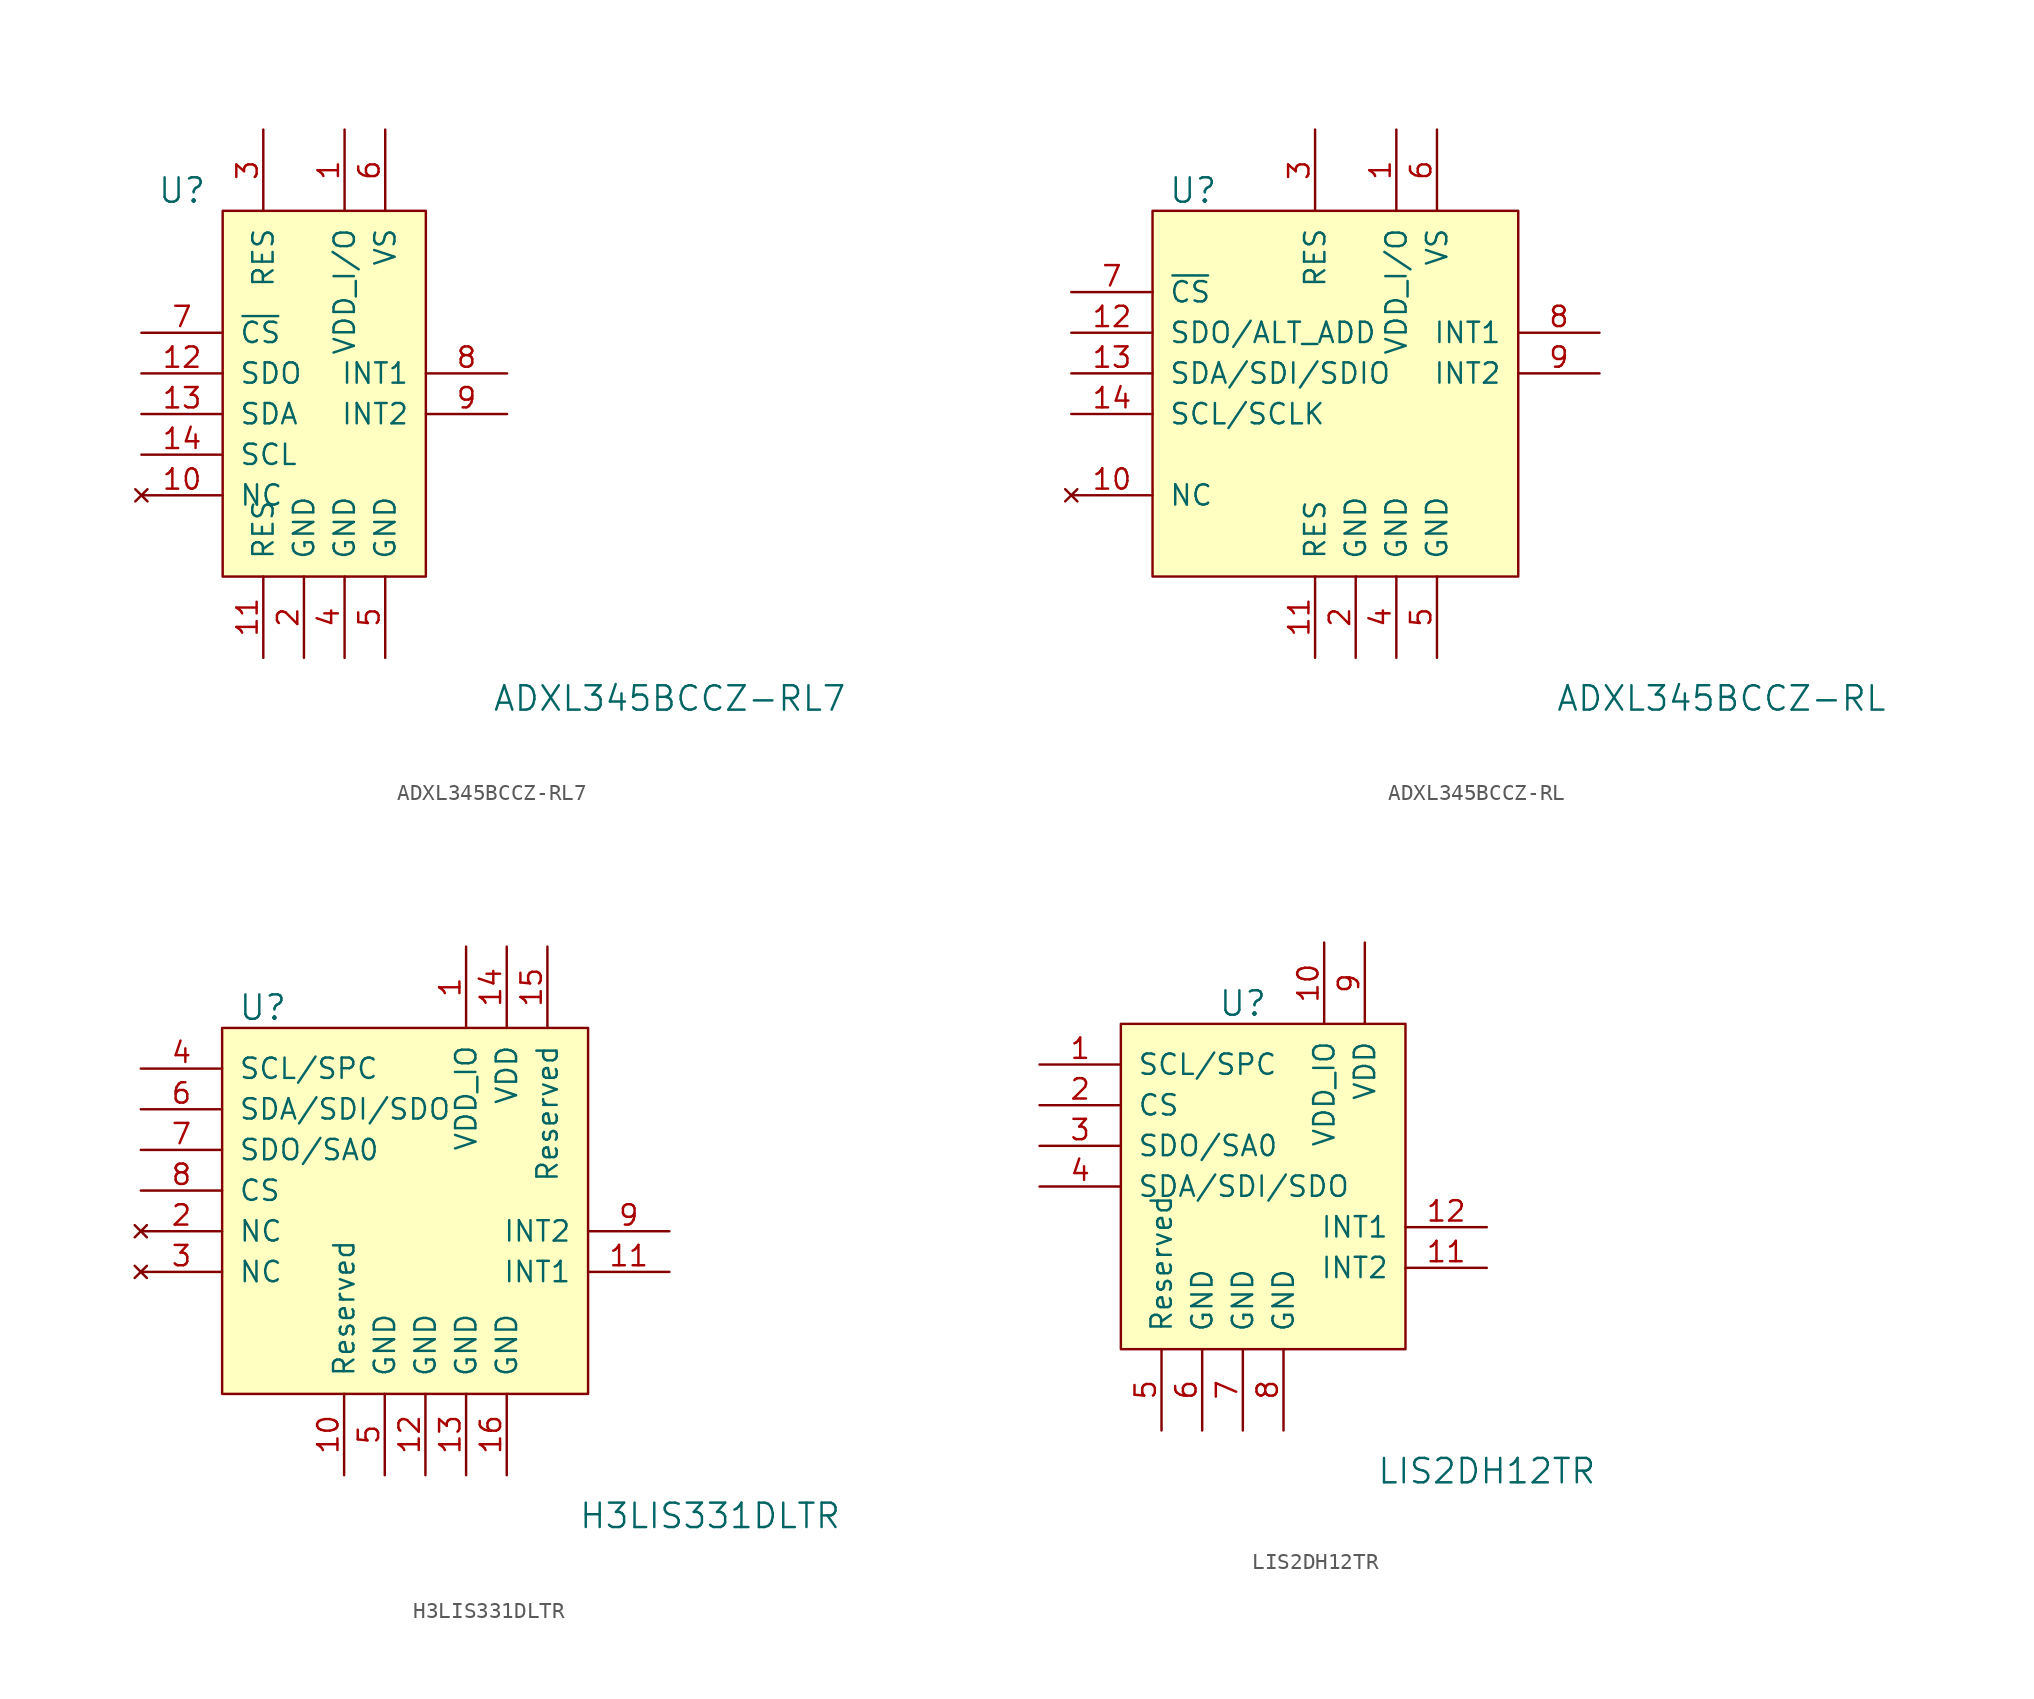
<source format=kicad_sym>
(kicad_symbol_lib
  (version 20220914)
  (generator kicad_symbol_editor)
  (symbol "ADXL345BCCZ-RL7"
    (pin_names
      (offset 1.016))
    (property "Reference" "U"
      (at -7.62 11.43 0)
      (effects (font (size 1.524 1.524))))
    (property "Value" "ADXL345BCCZ-RL7"
      (at 22.86 -20.32 0)
      (effects (font (size 1.524 1.524))))
    (symbol "ADXL345BCCZ-RL7_0_1"
      (rectangle (start -5.08 10.16) (end 7.62 -12.7) (stroke (width 0) (type solid)) (fill (type background))))
    (symbol "ADXL345BCCZ-RL7_1_1"
      (pin power_in line (at 2.54 15.24 270) (length 5.08) (name "VDD_I/O" (effects (font (size 1.27 1.27)))) (number "1" (effects (font (size 1.27 1.27)))))
      (pin no_connect line (at -10.16 -7.62 0) (length 5.08) (name "NC" (effects (font (size 1.27 1.27)))) (number "10" (effects (font (size 1.27 1.27)))))
      (pin power_in line (at -2.54 -17.78 90) (length 5.08) (name "RES" (effects (font (size 1.27 1.27)))) (number "11" (effects (font (size 1.27 1.27)))))
      (pin bidirectional line (at -10.16 0 0) (length 5.08) (name "SDO" (effects (font (size 1.27 1.27)))) (number "12" (effects (font (size 1.27 1.27)))))
      (pin bidirectional line (at -10.16 -2.54 0) (length 5.08) (name "SDA" (effects (font (size 1.27 1.27)))) (number "13" (effects (font (size 1.27 1.27)))))
      (pin bidirectional line (at -10.16 -5.08 0) (length 5.08) (name "SCL" (effects (font (size 1.27 1.27)))) (number "14" (effects (font (size 1.27 1.27)))))
      (pin power_in line (at 0 -17.78 90) (length 5.08) (name "GND" (effects (font (size 1.27 1.27)))) (number "2" (effects (font (size 1.27 1.27)))))
      (pin power_in line (at -2.54 15.24 270) (length 5.08) (name "RES" (effects (font (size 1.27 1.27)))) (number "3" (effects (font (size 1.27 1.27)))))
      (pin power_in line (at 2.54 -17.78 90) (length 5.08) (name "GND" (effects (font (size 1.27 1.27)))) (number "4" (effects (font (size 1.27 1.27)))))
      (pin power_in line (at 5.08 -17.78 90) (length 5.08) (name "GND" (effects (font (size 1.27 1.27)))) (number "5" (effects (font (size 1.27 1.27)))))
      (pin power_in line (at 5.08 15.24 270) (length 5.08) (name "VS" (effects (font (size 1.27 1.27)))) (number "6" (effects (font (size 1.27 1.27)))))
      (pin input line (at -10.16 2.54 0) (length 5.08) (name "~{CS}" (effects (font (size 1.27 1.27)))) (number "7" (effects (font (size 1.27 1.27)))))
      (pin output line (at 12.7 0 180) (length 5.08) (name "INT1" (effects (font (size 1.27 1.27)))) (number "8" (effects (font (size 1.27 1.27)))))
      (pin output line (at 12.7 -2.54 180) (length 5.08) (name "INT2" (effects (font (size 1.27 1.27)))) (number "9" (effects (font (size 1.27 1.27)))))))
  (symbol "ADXL345BCCZ-RL"
    (pin_names
      (offset 1.016))
    (property "Reference" "U"
      (at -10.16 13.97 0)
      (effects (font (size 1.524 1.524))))
    (property "Value" "ADXL345BCCZ-RL"
      (at 22.86 -17.78 0)
      (effects (font (size 1.524 1.524))))
    (symbol "ADXL345BCCZ-RL_0_1"
      (rectangle (start -12.7 12.7) (end 10.16 -10.16) (stroke (width 0) (type solid)) (fill (type background))))
    (symbol "ADXL345BCCZ-RL_1_1"
      (pin power_in line (at 2.54 17.78 270) (length 5.08) (name "VDD_I/O" (effects (font (size 1.27 1.27)))) (number "1" (effects (font (size 1.27 1.27)))))
      (pin no_connect line (at -17.78 -5.08 0) (length 5.08) (name "NC" (effects (font (size 1.27 1.27)))) (number "10" (effects (font (size 1.27 1.27)))))
      (pin power_in line (at -2.54 -15.24 90) (length 5.08) (name "RES" (effects (font (size 1.27 1.27)))) (number "11" (effects (font (size 1.27 1.27)))))
      (pin bidirectional line (at -17.78 5.08 0) (length 5.08) (name "SDO/ALT_ADD" (effects (font (size 1.27 1.27)))) (number "12" (effects (font (size 1.27 1.27)))))
      (pin bidirectional line (at -17.78 2.54 0) (length 5.08) (name "SDA/SDI/SDIO" (effects (font (size 1.27 1.27)))) (number "13" (effects (font (size 1.27 1.27)))))
      (pin bidirectional line (at -17.78 0 0) (length 5.08) (name "SCL/SCLK" (effects (font (size 1.27 1.27)))) (number "14" (effects (font (size 1.27 1.27)))))
      (pin power_in line (at 0 -15.24 90) (length 5.08) (name "GND" (effects (font (size 1.27 1.27)))) (number "2" (effects (font (size 1.27 1.27)))))
      (pin power_in line (at -2.54 17.78 270) (length 5.08) (name "RES" (effects (font (size 1.27 1.27)))) (number "3" (effects (font (size 1.27 1.27)))))
      (pin power_in line (at 2.54 -15.24 90) (length 5.08) (name "GND" (effects (font (size 1.27 1.27)))) (number "4" (effects (font (size 1.27 1.27)))))
      (pin power_in line (at 5.08 -15.24 90) (length 5.08) (name "GND" (effects (font (size 1.27 1.27)))) (number "5" (effects (font (size 1.27 1.27)))))
      (pin power_in line (at 5.08 17.78 270) (length 5.08) (name "VS" (effects (font (size 1.27 1.27)))) (number "6" (effects (font (size 1.27 1.27)))))
      (pin input line (at -17.78 7.62 0) (length 5.08) (name "~{CS}" (effects (font (size 1.27 1.27)))) (number "7" (effects (font (size 1.27 1.27)))))
      (pin output line (at 15.24 5.08 180) (length 5.08) (name "INT1" (effects (font (size 1.27 1.27)))) (number "8" (effects (font (size 1.27 1.27)))))
      (pin output line (at 15.24 2.54 180) (length 5.08) (name "INT2" (effects (font (size 1.27 1.27)))) (number "9" (effects (font (size 1.27 1.27)))))))
  (symbol "H3LIS331DLTR"
    (pin_names
      (offset 1.016))
    (property "Reference" "U"
      (at -7.62 11.43 0)
      (effects (font (size 1.524 1.524))))
    (property "Value" "H3LIS331DLTR"
      (at 20.32 -20.32 0)
      (effects (font (size 1.524 1.524))))
    (symbol "H3LIS331DLTR_0_1"
      (rectangle (start -10.16 -12.7) (end 12.7 10.16) (stroke (width 0) (type solid)) (fill (type background))))
    (symbol "H3LIS331DLTR_1_1"
      (pin power_in line (at 5.08 15.24 270) (length 5.08) (name "VDD_IO" (effects (font (size 1.27 1.27)))) (number "1" (effects (font (size 1.27 1.27)))))
      (pin power_in line (at -2.54 -17.78 90) (length 5.08) (name "Reserved" (effects (font (size 1.27 1.27)))) (number "10" (effects (font (size 1.27 1.27)))))
      (pin output line (at 17.78 -5.08 180) (length 5.08) (name "INT1" (effects (font (size 1.27 1.27)))) (number "11" (effects (font (size 1.27 1.27)))))
      (pin power_in line (at 2.54 -17.78 90) (length 5.08) (name "GND" (effects (font (size 1.27 1.27)))) (number "12" (effects (font (size 1.27 1.27)))))
      (pin power_in line (at 5.08 -17.78 90) (length 5.08) (name "GND" (effects (font (size 1.27 1.27)))) (number "13" (effects (font (size 1.27 1.27)))))
      (pin power_in line (at 7.62 15.24 270) (length 5.08) (name "VDD" (effects (font (size 1.27 1.27)))) (number "14" (effects (font (size 1.27 1.27)))))
      (pin power_in line (at 10.16 15.24 270) (length 5.08) (name "Reserved" (effects (font (size 1.27 1.27)))) (number "15" (effects (font (size 1.27 1.27)))))
      (pin power_in line (at 7.62 -17.78 90) (length 5.08) (name "GND" (effects (font (size 1.27 1.27)))) (number "16" (effects (font (size 1.27 1.27)))))
      (pin no_connect line (at -15.24 -2.54 0) (length 5.08) (name "NC" (effects (font (size 1.27 1.27)))) (number "2" (effects (font (size 1.27 1.27)))))
      (pin no_connect line (at -15.24 -5.08 0) (length 5.08) (name "NC" (effects (font (size 1.27 1.27)))) (number "3" (effects (font (size 1.27 1.27)))))
      (pin input line (at -15.24 7.62 0) (length 5.08) (name "SCL/SPC" (effects (font (size 1.27 1.27)))) (number "4" (effects (font (size 1.27 1.27)))))
      (pin power_in line (at 0 -17.78 90) (length 5.08) (name "GND" (effects (font (size 1.27 1.27)))) (number "5" (effects (font (size 1.27 1.27)))))
      (pin bidirectional line (at -15.24 5.08 0) (length 5.08) (name "SDA/SDI/SDO" (effects (font (size 1.27 1.27)))) (number "6" (effects (font (size 1.27 1.27)))))
      (pin bidirectional line (at -15.24 2.54 0) (length 5.08) (name "SDO/SA0" (effects (font (size 1.27 1.27)))) (number "7" (effects (font (size 1.27 1.27)))))
      (pin input line (at -15.24 0 0) (length 5.08) (name "CS" (effects (font (size 1.27 1.27)))) (number "8" (effects (font (size 1.27 1.27)))))
      (pin output line (at 17.78 -2.54 180) (length 5.08) (name "INT2" (effects (font (size 1.27 1.27)))) (number "9" (effects (font (size 1.27 1.27)))))))
  (symbol "LIS2DH12TR"
    (pin_names
      (offset 1.016))
    (property "Reference" "U"
      (at -2.54 11.43 0)
      (effects (font (size 1.524 1.524))))
    (property "Value" "LIS2DH12TR"
      (at 12.7 -17.78 0)
      (effects (font (size 1.524 1.524))))
    (symbol "LIS2DH12TR_0_1"
      (rectangle (start -10.16 -10.16) (end 7.62 10.16) (stroke (width 0) (type solid)) (fill (type background))))
    (symbol "LIS2DH12TR_1_1"
      (pin input line (at -15.24 7.62 0) (length 5.08) (name "SCL/SPC" (effects (font (size 1.27 1.27)))) (number "1" (effects (font (size 1.27 1.27)))))
      (pin power_in line (at 2.54 15.24 270) (length 5.08) (name "VDD_IO" (effects (font (size 1.27 1.27)))) (number "10" (effects (font (size 1.27 1.27)))))
      (pin output line (at 12.7 -5.08 180) (length 5.08) (name "INT2" (effects (font (size 1.27 1.27)))) (number "11" (effects (font (size 1.27 1.27)))))
      (pin output line (at 12.7 -2.54 180) (length 5.08) (name "INT1" (effects (font (size 1.27 1.27)))) (number "12" (effects (font (size 1.27 1.27)))))
      (pin input line (at -15.24 5.08 0) (length 5.08) (name "CS" (effects (font (size 1.27 1.27)))) (number "2" (effects (font (size 1.27 1.27)))))
      (pin bidirectional line (at -15.24 2.54 0) (length 5.08) (name "SDO/SA0" (effects (font (size 1.27 1.27)))) (number "3" (effects (font (size 1.27 1.27)))))
      (pin bidirectional line (at -15.24 0 0) (length 5.08) (name "SDA/SDI/SDO" (effects (font (size 1.27 1.27)))) (number "4" (effects (font (size 1.27 1.27)))))
      (pin power_in line (at -7.62 -15.24 90) (length 5.08) (name "Reserved" (effects (font (size 1.27 1.27)))) (number "5" (effects (font (size 1.27 1.27)))))
      (pin power_in line (at -5.08 -15.24 90) (length 5.08) (name "GND" (effects (font (size 1.27 1.27)))) (number "6" (effects (font (size 1.27 1.27)))))
      (pin power_in line (at -2.54 -15.24 90) (length 5.08) (name "GND" (effects (font (size 1.27 1.27)))) (number "7" (effects (font (size 1.27 1.27)))))
      (pin power_in line (at 0 -15.24 90) (length 5.08) (name "GND" (effects (font (size 1.27 1.27)))) (number "8" (effects (font (size 1.27 1.27)))))
      (pin power_in line (at 5.08 15.24 270) (length 5.08) (name "VDD" (effects (font (size 1.27 1.27)))) (number "9" (effects (font (size 1.27 1.27))))))))
</source>
